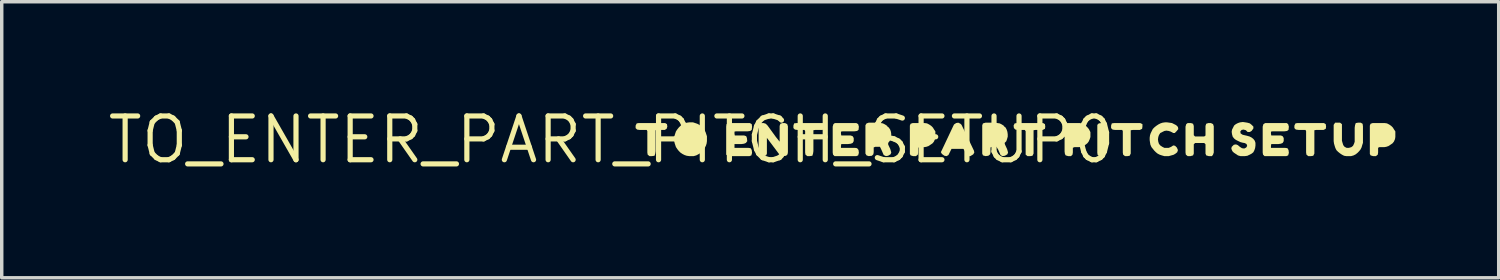
<source format=kicad_pcb>
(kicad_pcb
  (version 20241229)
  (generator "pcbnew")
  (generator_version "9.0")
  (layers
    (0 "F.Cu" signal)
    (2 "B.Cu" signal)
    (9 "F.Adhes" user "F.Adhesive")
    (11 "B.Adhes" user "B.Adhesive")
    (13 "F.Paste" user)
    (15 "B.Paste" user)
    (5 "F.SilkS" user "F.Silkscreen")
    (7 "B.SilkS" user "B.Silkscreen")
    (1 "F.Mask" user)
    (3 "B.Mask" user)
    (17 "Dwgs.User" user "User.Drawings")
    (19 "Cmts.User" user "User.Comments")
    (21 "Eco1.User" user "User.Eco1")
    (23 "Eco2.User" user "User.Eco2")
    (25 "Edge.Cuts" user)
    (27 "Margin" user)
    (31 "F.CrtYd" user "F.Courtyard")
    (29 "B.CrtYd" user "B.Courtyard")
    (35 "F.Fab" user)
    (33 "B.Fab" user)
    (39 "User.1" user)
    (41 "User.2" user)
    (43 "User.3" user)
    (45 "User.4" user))
  (footprint "TO_ENTER_PART_PITCH_SETUP0"
    (layer "F.Cu")
    (at 14.703 1.006)
    (property "Reference" "TO_ENTER_PART_PITCH_SETUP0" (at 0 0 0) (layer "F.SilkS") (effects (font (size 1.27 1.27) (thickness 0.15))))
    (fp_poly (pts (xy 14.293 -0.464) (xy 14.325 -0.422) (xy 14.335 -0.35) (xy 14.335 0.32) (xy 14.325 0.401) (xy 14.304 0.454) (xy 14.251 0.475) (xy 14.159 0.475) (xy 14.105 0.443) (xy 14.095 0.38) (xy 14.095 -0.432) (xy 14.138 -0.475) (xy 14.22 -0.485)) (stroke (width 0) (type solid)) (fill yes) (layer "F.SilkS"))
    (fp_poly (pts (xy 12.575 -0.453) (xy 12.585 -0.38) (xy 12.575 -0.317) (xy 12.511 -0.285) (xy 12.3 -0.285) (xy 12.245 -0.276) (xy 12.245 0.401) (xy 12.213 0.465) (xy 12.15 0.475) (xy 12.068 0.475) (xy 12.015 0.432) (xy 12.015 -0.248) (xy 11.988 -0.285) (xy 11.79 -0.285) (xy 11.718 -0.295) (xy 11.675 -0.338) (xy 11.665 -0.411) (xy 11.697 -0.475) (xy 11.77 -0.485) (xy 12.521 -0.485)) (stroke (width 0) (type solid)) (fill yes) (layer "F.SilkS"))
    (fp_poly (pts (xy 10.123 -0.464) (xy 10.154 -0.433) (xy 10.515 0.318) (xy 10.525 0.371) (xy 10.494 0.424) (xy 10.411 0.475) (xy 10.348 0.475) (xy 10.296 0.433) (xy 10.236 0.303) (xy 10.207 0.265) (xy 9.863 0.265) (xy 9.774 0.444) (xy 9.721 0.475) (xy 9.658 0.465) (xy 9.586 0.413) (xy 9.554 0.36) (xy 9.585 0.298) (xy 9.906 -0.382) (xy 9.936 -0.443) (xy 9.998 -0.485) (xy 10.061 -0.495)) (stroke (width 0) (type solid)) (fill yes) (layer "F.SilkS"))
    (fp_poly (pts (xy 15.405 -0.453) (xy 15.405 -0.38) (xy 15.395 -0.317) (xy 15.331 -0.285) (xy 15.13 -0.285) (xy 15.065 -0.276) (xy 15.065 0.401) (xy 15.033 0.465) (xy 14.97 0.475) (xy 14.898 0.475) (xy 14.845 0.433) (xy 14.835 0.37) (xy 14.835 -0.249) (xy 14.817 -0.285) (xy 14.61 -0.285) (xy 14.538 -0.295) (xy 14.495 -0.338) (xy 14.495 -0.411) (xy 14.516 -0.475) (xy 14.59 -0.485) (xy 15.341 -0.485)) (stroke (width 0) (type solid)) (fill yes) (layer "F.SilkS"))
    (fp_poly (pts (xy 20.725 -0.453) (xy 20.735 -0.38) (xy 20.725 -0.317) (xy 20.661 -0.285) (xy 20.45 -0.285) (xy 20.395 -0.276) (xy 20.395 0.401) (xy 20.363 0.465) (xy 20.3 0.475) (xy 20.218 0.475) (xy 20.165 0.433) (xy 20.155 0.37) (xy 20.155 -0.249) (xy 20.137 -0.285) (xy 19.94 -0.285) (xy 19.858 -0.295) (xy 19.815 -0.338) (xy 19.815 -0.411) (xy 19.847 -0.475) (xy 19.91 -0.485) (xy 20.671 -0.485)) (stroke (width 0) (type solid)) (fill yes) (layer "F.SilkS"))
    (fp_poly (pts (xy 1.605 -0.453) (xy 1.615 -0.38) (xy 1.594 -0.317) (xy 1.541 -0.285) (xy 1.33 -0.285) (xy 1.275 -0.276) (xy 1.275 0.33) (xy 1.265 0.401) (xy 1.244 0.465) (xy 1.17 0.475) (xy 1.098 0.475) (xy 1.045 0.433) (xy 1.035 0.37) (xy 1.035 -0.249) (xy 1.017 -0.285) (xy 0.81 -0.285) (xy 0.738 -0.295) (xy 0.695 -0.338) (xy 0.695 -0.411) (xy 0.727 -0.475) (xy 0.79 -0.485) (xy 1.551 -0.485)) (stroke (width 0) (type solid)) (fill yes) (layer "F.SilkS"))
    (fp_poly (pts (xy 6.185 -0.453) (xy 6.185 -0.38) (xy 6.175 -0.317) (xy 6.121 -0.285) (xy 5.91 -0.285) (xy 5.855 -0.276) (xy 5.855 0.33) (xy 5.845 0.401) (xy 5.824 0.465) (xy 5.75 0.475) (xy 5.678 0.475) (xy 5.625 0.433) (xy 5.615 0.37) (xy 5.615 -0.249) (xy 5.597 -0.285) (xy 5.39 -0.285) (xy 5.318 -0.295) (xy 5.275 -0.338) (xy 5.275 -0.411) (xy 5.296 -0.475) (xy 5.37 -0.485) (xy 6.131 -0.485)) (stroke (width 0) (type solid)) (fill yes) (layer "F.SilkS"))
    (fp_poly (pts (xy 4.473 -0.464) (xy 4.524 -0.413) (xy 4.764 -0.083) (xy 4.875 0.056) (xy 4.875 -0.401) (xy 4.896 -0.464) (xy 4.959 -0.485) (xy 5.031 -0.485) (xy 5.094 -0.454) (xy 5.115 -0.391) (xy 5.115 0.36) (xy 5.105 0.422) (xy 5.062 0.465) (xy 4.98 0.475) (xy 4.918 0.475) (xy 4.856 0.413) (xy 4.505 -0.055) (xy 4.505 0.401) (xy 4.484 0.454) (xy 4.421 0.475) (xy 4.328 0.475) (xy 4.275 0.433) (xy 4.265 0.37) (xy 4.265 -0.37) (xy 4.275 -0.443) (xy 4.338 -0.485) (xy 4.411 -0.485)) (stroke (width 0) (type solid)) (fill yes) (layer "F.SilkS"))
    (fp_poly (pts (xy 9.152 -0.475) (xy 9.213 -0.444) (xy 9.273 -0.404) (xy 9.324 -0.353) (xy 9.354 -0.303) (xy 9.395 -0.242) (xy 9.395 -0.08) (xy 9.385 -0.019) (xy 9.354 0.053) (xy 9.313 0.104) (xy 9.196 0.182) (xy 9.197 0.183) (xy 9.192 0.185) (xy 9.188 0.187) (xy 9.187 0.186) (xy 9.131 0.205) (xy 9.07 0.215) (xy 8.931 0.215) (xy 8.895 0.233) (xy 8.895 0.37) (xy 8.885 0.433) (xy 8.832 0.475) (xy 8.749 0.475) (xy 8.677 0.454) (xy 8.655 0.411) (xy 8.655 -0.411) (xy 8.676 -0.464) (xy 8.739 -0.485) (xy 9.08 -0.485)) (stroke (width 0) (type solid)) (fill yes) (layer "F.SilkS"))
    (fp_poly (pts (xy 22.502 -0.475) (xy 22.563 -0.444) (xy 22.623 -0.404) (xy 22.674 -0.353) (xy 22.704 -0.303) (xy 22.745 -0.242) (xy 22.745 -0.08) (xy 22.735 -0.019) (xy 22.704 0.053) (xy 22.663 0.104) (xy 22.546 0.182) (xy 22.547 0.183) (xy 22.542 0.185) (xy 22.538 0.187) (xy 22.537 0.186) (xy 22.481 0.205) (xy 22.42 0.215) (xy 22.281 0.215) (xy 22.245 0.233) (xy 22.245 0.37) (xy 22.235 0.433) (xy 22.182 0.475) (xy 22.099 0.475) (xy 22.027 0.454) (xy 22.005 0.411) (xy 22.005 -0.411) (xy 22.026 -0.464) (xy 22.089 -0.485) (xy 22.43 -0.485)) (stroke (width 0) (type solid)) (fill yes) (layer "F.SilkS"))
    (fp_poly (pts (xy 4.065 -0.453) (xy 4.075 -0.38) (xy 4.065 -0.287) (xy 4.022 -0.255) (xy 3.95 -0.245) (xy 3.61 -0.245) (xy 3.565 -0.236) (xy 3.565 -0.17) (xy 3.574 -0.125) (xy 3.841 -0.125) (xy 3.904 -0.104) (xy 3.925 -0.051) (xy 3.935 0.042) (xy 3.893 0.094) (xy 3.841 0.115) (xy 3.77 0.125) (xy 3.565 0.125) (xy 3.565 0.235) (xy 3.96 0.235) (xy 4.033 0.245) (xy 4.065 0.298) (xy 4.075 0.38) (xy 4.054 0.454) (xy 4.001 0.475) (xy 3.378 0.475) (xy 3.325 0.432) (xy 3.325 -0.38) (xy 3.335 -0.453) (xy 3.389 -0.485) (xy 4.011 -0.485)) (stroke (width 0) (type solid)) (fill yes) (layer "F.SilkS"))
    (fp_poly (pts (xy 13.642 -0.475) (xy 13.703 -0.444) (xy 13.763 -0.404) (xy 13.814 -0.353) (xy 13.854 -0.303) (xy 13.895 -0.221) (xy 13.895 -0.079) (xy 13.875 -0.018) (xy 13.844 0.053) (xy 13.804 0.104) (xy 13.753 0.144) (xy 13.696 0.182) (xy 13.697 0.183) (xy 13.692 0.185) (xy 13.688 0.187) (xy 13.687 0.186) (xy 13.631 0.205) (xy 13.56 0.215) (xy 13.431 0.215) (xy 13.385 0.233) (xy 13.385 0.37) (xy 13.375 0.432) (xy 13.332 0.475) (xy 13.249 0.475) (xy 13.177 0.454) (xy 13.155 0.412) (xy 13.145 0.34) (xy 13.145 -0.411) (xy 13.177 -0.464) (xy 13.239 -0.485) (xy 13.58 -0.485)) (stroke (width 0) (type solid)) (fill yes) (layer "F.SilkS"))
    (fp_poly (pts (xy 7.154 -0.453) (xy 7.175 -0.38) (xy 7.165 -0.287) (xy 7.122 -0.255) (xy 7.05 -0.245) (xy 6.71 -0.245) (xy 6.655 -0.236) (xy 6.655 -0.17) (xy 6.664 -0.125) (xy 6.931 -0.125) (xy 6.993 -0.104) (xy 7.025 -0.051) (xy 7.025 0.041) (xy 6.993 0.094) (xy 6.941 0.115) (xy 6.86 0.125) (xy 6.664 0.125) (xy 6.655 0.18) (xy 6.655 0.235) (xy 7.06 0.235) (xy 7.123 0.245) (xy 7.165 0.298) (xy 7.175 0.38) (xy 7.154 0.454) (xy 7.101 0.475) (xy 6.468 0.475) (xy 6.425 0.432) (xy 6.415 0.37) (xy 6.415 -0.381) (xy 6.436 -0.453) (xy 6.478 -0.485) (xy 7.101 -0.485)) (stroke (width 0) (type solid)) (fill yes) (layer "F.SilkS"))
    (fp_poly (pts (xy 16.874 -0.464) (xy 16.895 -0.401) (xy 16.895 -0.132) (xy 16.932 -0.095) (xy 17.198 -0.095) (xy 17.235 -0.122) (xy 17.235 -0.401) (xy 17.256 -0.464) (xy 17.319 -0.485) (xy 17.391 -0.485) (xy 17.454 -0.454) (xy 17.475 -0.391) (xy 17.475 0.371) (xy 17.454 0.432) (xy 17.422 0.475) (xy 17.329 0.475) (xy 17.256 0.454) (xy 17.235 0.401) (xy 17.235 0.132) (xy 17.198 0.095) (xy 16.932 0.095) (xy 16.895 0.132) (xy 16.895 0.401) (xy 16.874 0.454) (xy 16.801 0.475) (xy 16.718 0.475) (xy 16.665 0.433) (xy 16.655 0.37) (xy 16.655 -0.381) (xy 16.676 -0.453) (xy 16.718 -0.485) (xy 16.811 -0.485)) (stroke (width 0) (type solid)) (fill yes) (layer "F.SilkS"))
    (fp_poly (pts (xy 19.634 -0.453) (xy 19.655 -0.38) (xy 19.645 -0.287) (xy 19.602 -0.255) (xy 19.53 -0.245) (xy 19.19 -0.245) (xy 19.135 -0.236) (xy 19.135 -0.17) (xy 19.144 -0.125) (xy 19.421 -0.125) (xy 19.473 -0.104) (xy 19.505 -0.051) (xy 19.505 0.041) (xy 19.473 0.094) (xy 19.421 0.115) (xy 19.35 0.125) (xy 19.144 0.125) (xy 19.135 0.18) (xy 19.135 0.235) (xy 19.54 0.235) (xy 19.613 0.245) (xy 19.645 0.298) (xy 19.655 0.38) (xy 19.634 0.454) (xy 19.581 0.475) (xy 18.948 0.475) (xy 18.905 0.432) (xy 18.895 0.37) (xy 18.895 -0.381) (xy 18.916 -0.453) (xy 18.969 -0.485) (xy 19.592 -0.485)) (stroke (width 0) (type solid)) (fill yes) (layer "F.SilkS"))
    (fp_poly (pts (xy 7.811 -0.485) (xy 7.872 -0.475) (xy 7.933 -0.444) (xy 7.998 -0.401) (xy 7.992 -0.395) (xy 8.044 -0.353) (xy 8.085 -0.292) (xy 8.105 -0.231) (xy 8.115 -0.16) (xy 8.105 -0.089) (xy 8.095 -0.018) (xy 8.064 0.043) (xy 8.025 0.092) (xy 8.025 0.139) (xy 8.085 0.268) (xy 8.095 0.299) (xy 8.115 0.37) (xy 8.094 0.423) (xy 8.022 0.465) (xy 7.959 0.475) (xy 7.896 0.444) (xy 7.825 0.282) (xy 7.787 0.205) (xy 7.651 0.205) (xy 7.605 0.223) (xy 7.605 0.36) (xy 7.595 0.422) (xy 7.552 0.465) (xy 7.459 0.475) (xy 7.397 0.454) (xy 7.365 0.401) (xy 7.365 -0.421) (xy 7.397 -0.474) (xy 7.459 -0.495) (xy 7.74 -0.495)) (stroke (width 0) (type solid)) (fill yes) (layer "F.SilkS"))
    (fp_poly (pts (xy 11.191 -0.485) (xy 11.262 -0.475) (xy 11.323 -0.444) (xy 11.388 -0.401) (xy 11.382 -0.395) (xy 11.434 -0.353) (xy 11.465 -0.292) (xy 11.485 -0.231) (xy 11.495 -0.16) (xy 11.495 -0.089) (xy 11.475 -0.019) (xy 11.454 0.043) (xy 11.405 0.092) (xy 11.415 0.138) (xy 11.475 0.268) (xy 11.485 0.299) (xy 11.505 0.37) (xy 11.484 0.423) (xy 11.412 0.465) (xy 11.339 0.475) (xy 11.286 0.443) (xy 11.216 0.282) (xy 11.167 0.205) (xy 11.041 0.205) (xy 10.995 0.223) (xy 10.995 0.36) (xy 10.985 0.423) (xy 10.932 0.465) (xy 10.85 0.475) (xy 10.776 0.454) (xy 10.755 0.401) (xy 10.755 -0.421) (xy 10.776 -0.474) (xy 10.849 -0.495) (xy 11.13 -0.495)) (stroke (width 0) (type solid)) (fill yes) (layer "F.SilkS"))
    (fp_poly (pts (xy 21.195 -0.452) (xy 21.195 0.029) (xy 21.215 0.099) (xy 21.234 0.158) (xy 21.273 0.206) (xy 21.331 0.235) (xy 21.399 0.235) (xy 21.468 0.215) (xy 21.516 0.177) (xy 21.545 0.118) (xy 21.565 0.059) (xy 21.565 -0.35) (xy 21.575 -0.421) (xy 21.596 -0.484) (xy 21.66 -0.495) (xy 21.741 -0.495) (xy 21.795 -0.463) (xy 21.805 -0.39) (xy 21.805 0.091) (xy 21.785 0.151) (xy 21.765 0.222) (xy 21.734 0.283) (xy 21.694 0.333) (xy 21.643 0.384) (xy 21.593 0.424) (xy 21.532 0.455) (xy 21.461 0.475) (xy 21.32 0.475) (xy 21.258 0.465) (xy 21.197 0.434) (xy 21.137 0.394) (xy 21.087 0.354) (xy 21.036 0.303) (xy 21.005 0.242) (xy 20.985 0.181) (xy 20.965 0.111) (xy 20.955 0.04) (xy 20.955 -0.432) (xy 20.997 -0.495) (xy 21.142 -0.495)) (stroke (width 0) (type solid)) (fill yes) (layer "F.SilkS"))
    (fp_poly (pts (xy 2.422 -0.485) (xy 2.482 -0.465) (xy 2.543 -0.434) (xy 2.603 -0.384) (xy 2.654 -0.343) (xy 2.694 -0.283) (xy 2.725 -0.222) (xy 2.745 -0.162) (xy 2.765 -0.101) (xy 2.765 0.04) (xy 2.755 0.111) (xy 2.735 0.172) (xy 2.704 0.233) (xy 2.664 0.293) (xy 2.624 0.344) (xy 2.563 0.394) (xy 2.512 0.424) (xy 2.452 0.455) (xy 2.381 0.475) (xy 2.25 0.475) (xy 2.179 0.465) (xy 2.118 0.445) (xy 2.057 0.414) (xy 1.997 0.374) (xy 1.946 0.323) (xy 1.906 0.273) (xy 1.869 0.217) (xy 1.867 0.218) (xy 1.865 0.212) (xy 1.863 0.208) (xy 1.864 0.208) (xy 1.845 0.152) (xy 1.825 0.091) (xy 1.815 0.02) (xy 1.815 -0.05) (xy 1.825 -0.121) (xy 1.845 -0.182) (xy 1.865 -0.242) (xy 1.906 -0.303) (xy 1.946 -0.353) (xy 1.997 -0.404) (xy 2.057 -0.444) (xy 2.118 -0.475) (xy 2.179 -0.495) (xy 2.25 -0.505) (xy 2.361 -0.505)) (stroke (width 0) (type solid)) (fill yes) (layer "F.SilkS"))
    (fp_poly (pts (xy 16.191 -0.495) (xy 16.262 -0.485) (xy 16.383 -0.424) (xy 16.435 -0.372) (xy 16.445 -0.309) (xy 16.394 -0.247) (xy 16.342 -0.195) (xy 16.299 -0.195) (xy 16.228 -0.235) (xy 16.169 -0.255) (xy 16.1 -0.265) (xy 16.042 -0.255) (xy 15.923 -0.196) (xy 15.885 -0.138) (xy 15.865 -0.079) (xy 15.855 -0.01) (xy 15.865 0.059) (xy 15.884 0.118) (xy 15.923 0.166) (xy 15.983 0.206) (xy 16.041 0.235) (xy 16.169 0.235) (xy 16.238 0.206) (xy 16.299 0.165) (xy 16.352 0.175) (xy 16.404 0.227) (xy 16.435 0.3) (xy 16.414 0.363) (xy 16.363 0.404) (xy 16.312 0.435) (xy 16.241 0.455) (xy 16.171 0.475) (xy 16.039 0.475) (xy 15.969 0.455) (xy 15.908 0.435) (xy 15.847 0.404) (xy 15.797 0.364) (xy 15.746 0.313) (xy 15.706 0.263) (xy 15.666 0.213) (xy 15.635 0.141) (xy 15.625 0.081) (xy 15.615 0.01) (xy 15.615 -0.06) (xy 15.625 -0.131) (xy 15.645 -0.192) (xy 15.706 -0.313) (xy 15.757 -0.364) (xy 15.807 -0.404) (xy 15.867 -0.444) (xy 15.928 -0.475) (xy 15.989 -0.495) (xy 16.06 -0.505) (xy 16.12 -0.505)) (stroke (width 0) (type solid)) (fill yes) (layer "F.SilkS"))
    (fp_poly (pts (xy 18.391 -0.505) (xy 18.451 -0.495) (xy 18.522 -0.475) (xy 18.573 -0.434) (xy 18.625 -0.382) (xy 18.625 -0.328) (xy 18.573 -0.256) (xy 18.521 -0.225) (xy 18.458 -0.225) (xy 18.407 -0.276) (xy 18.34 -0.295) (xy 18.283 -0.285) (xy 18.245 -0.239) (xy 18.255 -0.183) (xy 18.312 -0.145) (xy 18.441 -0.115) (xy 18.512 -0.095) (xy 18.573 -0.064) (xy 18.624 -0.024) (xy 18.664 0.028) (xy 18.685 0.089) (xy 18.685 0.17) (xy 18.675 0.241) (xy 18.655 0.302) (xy 18.624 0.363) (xy 18.573 0.404) (xy 18.452 0.465) (xy 18.38 0.475) (xy 18.249 0.475) (xy 18.178 0.455) (xy 18.117 0.414) (xy 18.057 0.374) (xy 18.016 0.333) (xy 17.985 0.261) (xy 17.995 0.208) (xy 18.058 0.145) (xy 18.121 0.135) (xy 18.173 0.156) (xy 18.233 0.206) (xy 18.292 0.245) (xy 18.359 0.255) (xy 18.416 0.226) (xy 18.445 0.179) (xy 18.426 0.124) (xy 18.368 0.095) (xy 18.309 0.085) (xy 18.238 0.065) (xy 18.117 0.004) (xy 18.066 -0.036) (xy 18.025 -0.088) (xy 18.005 -0.159) (xy 17.995 -0.23) (xy 18.005 -0.292) (xy 18.066 -0.413) (xy 18.117 -0.454) (xy 18.178 -0.485) (xy 18.239 -0.505) (xy 18.32 -0.515)) (stroke (width 0) (type solid)) (fill yes) (layer "F.SilkS")))
  (gr_rect
    (start -3 -3)
    (end 40.448 5.012)
    (stroke (width 0.1) (type default))
    (fill no)
    (layer "Edge.Cuts")))
</source>
